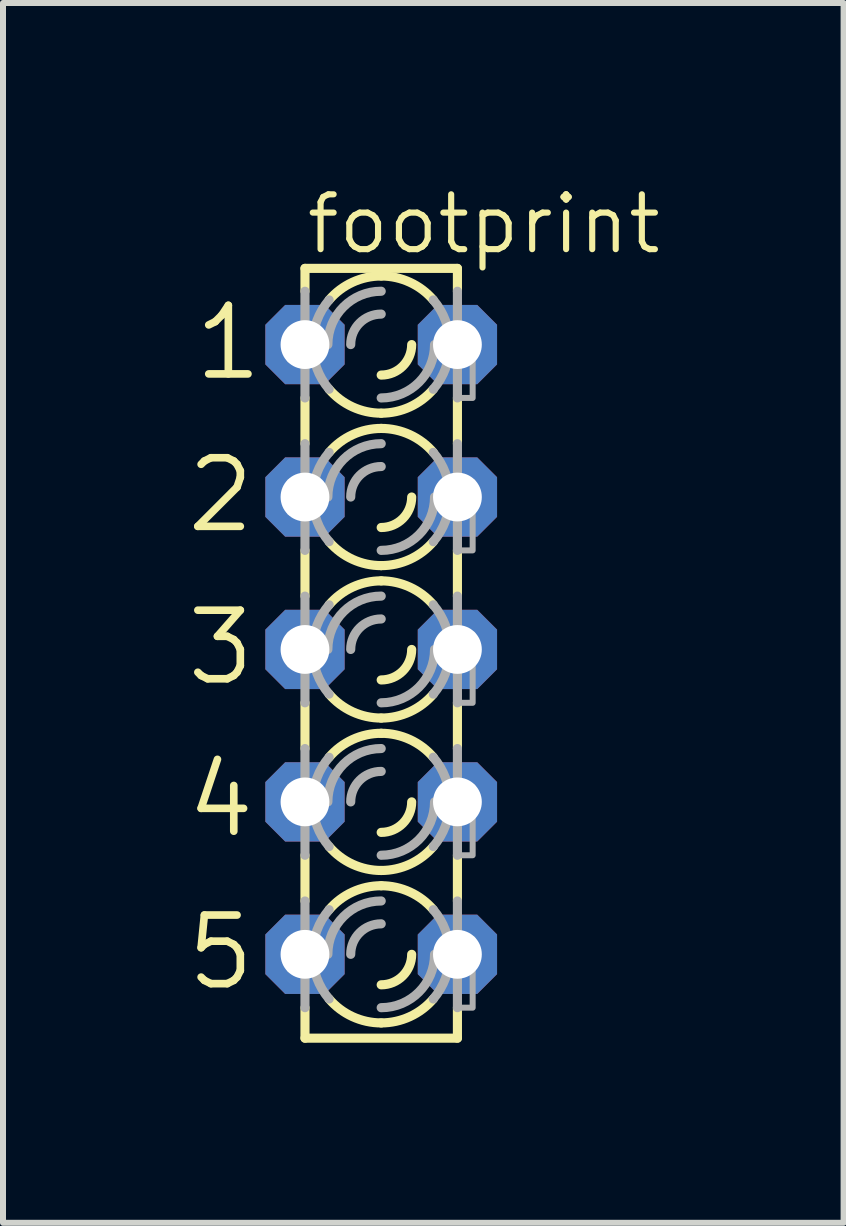
<source format=kicad_pcb>
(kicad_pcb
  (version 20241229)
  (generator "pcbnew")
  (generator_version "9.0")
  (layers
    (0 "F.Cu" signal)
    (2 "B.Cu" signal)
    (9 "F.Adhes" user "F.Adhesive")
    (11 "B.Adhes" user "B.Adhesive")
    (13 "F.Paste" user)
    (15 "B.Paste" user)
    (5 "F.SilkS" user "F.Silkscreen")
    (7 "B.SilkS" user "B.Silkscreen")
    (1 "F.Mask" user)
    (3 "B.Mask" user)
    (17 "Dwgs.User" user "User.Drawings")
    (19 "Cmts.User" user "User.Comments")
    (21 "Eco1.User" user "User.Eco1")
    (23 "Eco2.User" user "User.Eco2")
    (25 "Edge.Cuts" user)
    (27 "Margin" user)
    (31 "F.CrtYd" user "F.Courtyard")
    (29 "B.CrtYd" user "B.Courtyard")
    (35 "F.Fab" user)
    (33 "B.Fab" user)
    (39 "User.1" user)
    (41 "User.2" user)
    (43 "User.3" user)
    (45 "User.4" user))
  (footprint "footprint"
    (layer "F.Cu")
    (at 3.302 7.772)
    (property "Reference" "footprint" (at -1.295 -6.553 0) (layer "F.SilkS") (effects (font (size 0.914 0.914) (thickness 0.102)) (justify left bottom)))
    (fp_line (start -1.27 -6.35) (end -1.27 -5.969) (stroke (width 0.152) (type solid)) (layer "F.SilkS"))
    (fp_line (start -1.27 -4.191) (end -1.27 -3.429) (stroke (width 0.152) (type solid)) (layer "F.SilkS"))
    (fp_line (start -1.27 -1.651) (end -1.27 -0.889) (stroke (width 0.152) (type solid)) (layer "F.SilkS"))
    (fp_line (start -1.27 0.889) (end -1.27 1.651) (stroke (width 0.152) (type solid)) (layer "F.SilkS"))
    (fp_line (start -1.27 3.429) (end -1.27 4.191) (stroke (width 0.152) (type solid)) (layer "F.SilkS"))
    (fp_line (start -1.27 6.477) (end -1.27 5.969) (stroke (width 0.152) (type solid)) (layer "F.SilkS"))
    (fp_line (start -1.27 6.477) (end 1.27 6.477) (stroke (width 0.152) (type solid)) (layer "F.SilkS"))
    (fp_line (start 1.27 -6.35) (end -1.27 -6.35) (stroke (width 0.152) (type solid)) (layer "F.SilkS"))
    (fp_line (start 1.27 -6.35) (end 1.27 -5.969) (stroke (width 0.152) (type solid)) (layer "F.SilkS"))
    (fp_line (start 1.27 -4.191) (end 1.27 -3.429) (stroke (width 0.152) (type solid)) (layer "F.SilkS"))
    (fp_line (start 1.27 -1.651) (end 1.27 -0.889) (stroke (width 0.152) (type solid)) (layer "F.SilkS"))
    (fp_line (start 1.27 0.889) (end 1.27 1.651) (stroke (width 0.152) (type solid)) (layer "F.SilkS"))
    (fp_line (start 1.27 3.429) (end 1.27 4.191) (stroke (width 0.152) (type solid)) (layer "F.SilkS"))
    (fp_line (start 1.27 6.477) (end 1.27 5.969) (stroke (width 0.152) (type solid)) (layer "F.SilkS"))
    (fp_arc (start -0.8678 -5.8239) (mid -0.477588 -6.118445) (end 0 -6.223001) (stroke (width 0.1524) (type solid)) (layer "F.SilkS"))
    (fp_arc (start -0.8678 -3.2839) (mid -0.477588 -3.578445) (end 0 -3.683001) (stroke (width 0.1524) (type solid)) (layer "F.SilkS"))
    (fp_arc (start -0.8678 -0.7439) (mid -0.477588 -1.038445) (end 0 -1.143001) (stroke (width 0.1524) (type solid)) (layer "F.SilkS"))
    (fp_arc (start -0.8678 1.7961) (mid -0.477588 1.501555) (end -0.000001 1.396999) (stroke (width 0.1524) (type solid)) (layer "F.SilkS"))
    (fp_arc (start -0.8678 4.3361) (mid -0.477588 4.041555) (end -0.000001 3.936999) (stroke (width 0.1524) (type solid)) (layer "F.SilkS"))
    (fp_arc (start -0.000001 -3.936999) (mid -0.477588 -4.041555) (end -0.8678 -4.3361) (stroke (width 0.1524) (type solid)) (layer "F.SilkS"))
    (fp_arc (start -0.000001 -1.396999) (mid -0.477588 -1.501555) (end -0.8678 -1.7961) (stroke (width 0.1524) (type solid)) (layer "F.SilkS"))
    (fp_arc (start 0 -6.223) (mid 0.477588 -6.118444) (end 0.8678 -5.823899) (stroke (width 0.1524) (type solid)) (layer "F.SilkS"))
    (fp_arc (start 0 -3.683) (mid 0.477588 -3.578444) (end 0.8678 -3.283899) (stroke (width 0.1524) (type solid)) (layer "F.SilkS"))
    (fp_arc (start 0 -1.143) (mid 0.477588 -1.038444) (end 0.8678 -0.743899) (stroke (width 0.1524) (type solid)) (layer "F.SilkS"))
    (fp_arc (start 0 1.143001) (mid -0.477588 1.038445) (end -0.8678 0.7439) (stroke (width 0.1524) (type solid)) (layer "F.SilkS"))
    (fp_arc (start 0 1.397) (mid 0.477587 1.501556) (end 0.867799 1.7961) (stroke (width 0.1524) (type solid)) (layer "F.SilkS"))
    (fp_arc (start 0 3.683001) (mid -0.477588 3.578445) (end -0.8678 3.2839) (stroke (width 0.1524) (type solid)) (layer "F.SilkS"))
    (fp_arc (start 0 3.937) (mid 0.477587 4.041556) (end 0.867799 4.3361) (stroke (width 0.1524) (type solid)) (layer "F.SilkS"))
    (fp_arc (start 0 6.223001) (mid -0.477588 6.118445) (end -0.8678 5.8239) (stroke (width 0.1524) (type solid)) (layer "F.SilkS"))
    (fp_arc (start 0.508 -5.08) (mid 0.35921 -4.72079) (end 0 -4.572) (stroke (width 0.1524) (type solid)) (layer "F.SilkS"))
    (fp_arc (start 0.508 -2.54) (mid 0.35921 -2.18079) (end 0 -2.032) (stroke (width 0.1524) (type solid)) (layer "F.SilkS"))
    (fp_arc (start 0.508 0) (mid 0.35921 0.35921) (end 0 0.508) (stroke (width 0.1524) (type solid)) (layer "F.SilkS"))
    (fp_arc (start 0.508 2.54) (mid 0.35921 2.89921) (end 0 3.048) (stroke (width 0.1524) (type solid)) (layer "F.SilkS"))
    (fp_arc (start 0.508 5.08) (mid 0.35921 5.43921) (end 0 5.588) (stroke (width 0.1524) (type solid)) (layer "F.SilkS"))
    (fp_arc (start 0.867799 -4.3361) (mid 0.477587 -4.041556) (end 0 -3.937) (stroke (width 0.1524) (type solid)) (layer "F.SilkS"))
    (fp_arc (start 0.867799 -1.7961) (mid 0.477587 -1.501556) (end 0 -1.397) (stroke (width 0.1524) (type solid)) (layer "F.SilkS"))
    (fp_arc (start 0.8678 0.743899) (mid 0.477588 1.038444) (end 0 1.143) (stroke (width 0.1524) (type solid)) (layer "F.SilkS"))
    (fp_arc (start 0.8678 3.283899) (mid 0.477588 3.578444) (end 0 3.683) (stroke (width 0.1524) (type solid)) (layer "F.SilkS"))
    (fp_arc (start 0.8678 5.823899) (mid 0.477588 6.118444) (end 0 6.223) (stroke (width 0.1524) (type solid)) (layer "F.SilkS"))
    (fp_line (start -1.27 -4.191) (end -1.27 -5.969) (stroke (width 0.152) (type solid)) (layer "F.Fab"))
    (fp_line (start -1.27 -1.651) (end -1.27 -3.429) (stroke (width 0.152) (type solid)) (layer "F.Fab"))
    (fp_line (start -1.27 0.889) (end -1.27 -0.889) (stroke (width 0.152) (type solid)) (layer "F.Fab"))
    (fp_line (start -1.27 3.429) (end -1.27 1.651) (stroke (width 0.152) (type solid)) (layer "F.Fab"))
    (fp_line (start -1.27 5.969) (end -1.27 4.191) (stroke (width 0.152) (type solid)) (layer "F.Fab"))
    (fp_line (start 1.27 -4.191) (end 1.27 -5.969) (stroke (width 0.152) (type solid)) (layer "F.Fab"))
    (fp_line (start 1.27 -1.651) (end 1.27 -3.429) (stroke (width 0.152) (type solid)) (layer "F.Fab"))
    (fp_line (start 1.27 0.889) (end 1.27 -0.889) (stroke (width 0.152) (type solid)) (layer "F.Fab"))
    (fp_line (start 1.27 3.429) (end 1.27 1.651) (stroke (width 0.152) (type solid)) (layer "F.Fab"))
    (fp_line (start 1.27 5.969) (end 1.27 4.191) (stroke (width 0.152) (type solid)) (layer "F.Fab"))
    (fp_arc (start -1.143 -5.08) (mid -1.071949 -5.476597) (end -0.8677 -5.8239) (stroke (width 0.1524) (type solid)) (layer "F.Fab"))
    (fp_arc (start -1.143 -2.54) (mid -1.071949 -2.936597) (end -0.8677 -3.2839) (stroke (width 0.1524) (type solid)) (layer "F.Fab"))
    (fp_arc (start -1.143 0) (mid -1.071996 -0.396587) (end -0.8678 -0.7439) (stroke (width 0.1524) (type solid)) (layer "F.Fab"))
    (fp_arc (start -1.143 2.54) (mid -1.071997 2.143413) (end -0.867801 1.7961) (stroke (width 0.1524) (type solid)) (layer "F.Fab"))
    (fp_arc (start -1.143 5.08) (mid -1.071997 4.683413) (end -0.867801 4.3361) (stroke (width 0.1524) (type solid)) (layer "F.Fab"))
    (fp_arc (start -0.889 -5.08) (mid -0.628618 -5.708618) (end 0 -5.969) (stroke (width 0.1524) (type solid)) (layer "F.Fab"))
    (fp_arc (start -0.889 -2.54) (mid -0.628618 -3.168618) (end 0 -3.429) (stroke (width 0.1524) (type solid)) (layer "F.Fab"))
    (fp_arc (start -0.889 0) (mid -0.628618 -0.628618) (end 0 -0.889) (stroke (width 0.1524) (type solid)) (layer "F.Fab"))
    (fp_arc (start -0.889 2.54) (mid -0.628618 1.911382) (end 0 1.651) (stroke (width 0.1524) (type solid)) (layer "F.Fab"))
    (fp_arc (start -0.889 5.08) (mid -0.628618 4.451382) (end 0 4.191) (stroke (width 0.1524) (type solid)) (layer "F.Fab"))
    (fp_arc (start -0.867801 -4.3361) (mid -1.071997 -4.683413) (end -1.143 -5.08) (stroke (width 0.1524) (type solid)) (layer "F.Fab"))
    (fp_arc (start -0.867801 -1.7961) (mid -1.071997 -2.143413) (end -1.143 -2.54) (stroke (width 0.1524) (type solid)) (layer "F.Fab"))
    (fp_arc (start -0.8678 0.7439) (mid -1.071996 0.396587) (end -1.143 0) (stroke (width 0.1524) (type solid)) (layer "F.Fab"))
    (fp_arc (start -0.8677 3.2839) (mid -1.071949 2.936597) (end -1.143 2.54) (stroke (width 0.1524) (type solid)) (layer "F.Fab"))
    (fp_arc (start -0.8677 5.8239) (mid -1.071949 5.476597) (end -1.143 5.08) (stroke (width 0.1524) (type solid)) (layer "F.Fab"))
    (fp_arc (start -0.508 -5.08) (mid -0.35921 -5.43921) (end 0 -5.588) (stroke (width 0.1524) (type solid)) (layer "F.Fab"))
    (fp_arc (start -0.508 -2.54) (mid -0.35921 -2.89921) (end 0 -3.048) (stroke (width 0.1524) (type solid)) (layer "F.Fab"))
    (fp_arc (start -0.508 0) (mid -0.35921 -0.35921) (end 0 -0.508) (stroke (width 0.1524) (type solid)) (layer "F.Fab"))
    (fp_arc (start -0.508 2.54) (mid -0.35921 2.18079) (end 0 2.032) (stroke (width 0.1524) (type solid)) (layer "F.Fab"))
    (fp_arc (start -0.508 5.08) (mid -0.35921 4.72079) (end 0 4.572) (stroke (width 0.1524) (type solid)) (layer "F.Fab"))
    (fp_arc (start 0.8678 -5.8239) (mid 1.072043 -5.476595) (end 1.1431 -5.08) (stroke (width 0.1524) (type solid)) (layer "F.Fab"))
    (fp_arc (start 0.8678 -3.2839) (mid 1.072043 -2.936595) (end 1.1431 -2.54) (stroke (width 0.1524) (type solid)) (layer "F.Fab"))
    (fp_arc (start 0.8678 -0.7439) (mid 1.071996 -0.396587) (end 1.143 0) (stroke (width 0.1524) (type solid)) (layer "F.Fab"))
    (fp_arc (start 0.8678 1.7961) (mid 1.071949 2.143421) (end 1.1429 2.54) (stroke (width 0.1524) (type solid)) (layer "F.Fab"))
    (fp_arc (start 0.8678 4.3361) (mid 1.071949 4.683421) (end 1.1429 5.08) (stroke (width 0.1524) (type solid)) (layer "F.Fab"))
    (fp_arc (start 0.889 -5.08) (mid 0.628618 -4.451382) (end 0 -4.191) (stroke (width 0.1524) (type solid)) (layer "F.Fab"))
    (fp_arc (start 0.889 -2.54) (mid 0.628618 -1.911382) (end 0 -1.651) (stroke (width 0.1524) (type solid)) (layer "F.Fab"))
    (fp_arc (start 0.889 0) (mid 0.628618 0.628618) (end 0 0.889) (stroke (width 0.1524) (type solid)) (layer "F.Fab"))
    (fp_arc (start 0.889 2.54) (mid 0.628618 3.168618) (end 0 3.429) (stroke (width 0.1524) (type solid)) (layer "F.Fab"))
    (fp_arc (start 0.889 5.08) (mid 0.628618 5.708618) (end 0 5.969) (stroke (width 0.1524) (type solid)) (layer "F.Fab"))
    (fp_arc (start 1.1429 -5.08) (mid 1.071949 -4.683421) (end 0.8678 -4.3361) (stroke (width 0.1524) (type solid)) (layer "F.Fab"))
    (fp_arc (start 1.1429 -2.54) (mid 1.071949 -2.143421) (end 0.8678 -1.7961) (stroke (width 0.1524) (type solid)) (layer "F.Fab"))
    (fp_arc (start 1.143 0) (mid 1.071996 0.396587) (end 0.8678 0.7439) (stroke (width 0.1524) (type solid)) (layer "F.Fab"))
    (fp_arc (start 1.1431 2.54) (mid 1.072043 2.936594) (end 0.8678 3.2839) (stroke (width 0.1524) (type solid)) (layer "F.Fab"))
    (fp_arc (start 1.1431 5.08) (mid 1.072043 5.476594) (end 0.8678 5.8239) (stroke (width 0.1524) (type solid)) (layer "F.Fab"))
    (fp_poly (pts (xy -1.524 -4.826) (xy -1.27 -4.826) (xy -1.27 -5.334) (xy -1.524 -5.334)) (stroke (width 0.1) (type solid)) (fill no) (layer "F.Fab"))
    (fp_poly (pts (xy -1.524 -2.286) (xy -1.27 -2.286) (xy -1.27 -2.794) (xy -1.524 -2.794)) (stroke (width 0.1) (type solid)) (fill no) (layer "F.Fab"))
    (fp_poly (pts (xy -1.524 0.254) (xy -1.27 0.254) (xy -1.27 -0.254) (xy -1.524 -0.254)) (stroke (width 0.1) (type solid)) (fill no) (layer "F.Fab"))
    (fp_poly (pts (xy -1.524 2.794) (xy -1.27 2.794) (xy -1.27 2.286) (xy -1.524 2.286)) (stroke (width 0.1) (type solid)) (fill no) (layer "F.Fab"))
    (fp_poly (pts (xy -1.524 5.334) (xy -1.27 5.334) (xy -1.27 4.826) (xy -1.524 4.826)) (stroke (width 0.1) (type solid)) (fill no) (layer "F.Fab"))
    (fp_poly (pts (xy 1.27 -4.191) (xy 1.524 -4.191) (xy 1.524 -5.334) (xy 1.27 -5.334)) (stroke (width 0.1) (type solid)) (fill no) (layer "F.Fab"))
    (fp_poly (pts (xy 1.27 -1.651) (xy 1.524 -1.651) (xy 1.524 -2.794) (xy 1.27 -2.794)) (stroke (width 0.1) (type solid)) (fill no) (layer "F.Fab"))
    (fp_poly (pts (xy 1.27 0.889) (xy 1.524 0.889) (xy 1.524 -0.254) (xy 1.27 -0.254)) (stroke (width 0.1) (type solid)) (fill no) (layer "F.Fab"))
    (fp_poly (pts (xy 1.27 3.429) (xy 1.524 3.429) (xy 1.524 2.286) (xy 1.27 2.286)) (stroke (width 0.1) (type solid)) (fill no) (layer "F.Fab"))
    (fp_poly (pts (xy 1.27 5.969) (xy 1.524 5.969) (xy 1.524 4.826) (xy 1.27 4.826)) (stroke (width 0.1) (type solid)) (fill no) (layer "F.Fab"))
    (fp_text user "5" (at -3.302 5.715 0) (layer "F.SilkS") (effects (font (size 1.143 1.143) (thickness 0.127)) (justify left bottom)))
    (fp_text user "3" (at -3.302 0.635 0) (layer "F.SilkS") (effects (font (size 1.143 1.143) (thickness 0.127)) (justify left bottom)))
    (fp_text user "4" (at -3.302 3.175 0) (layer "F.SilkS") (effects (font (size 1.143 1.143) (thickness 0.127)) (justify left bottom)))
    (fp_text user "2" (at -3.302 -1.905 0) (layer "F.SilkS") (effects (font (size 1.143 1.143) (thickness 0.127)) (justify left bottom)))
    (fp_text user "1" (at -3.175 -4.445 0) (layer "F.SilkS") (effects (font (size 1.143 1.143) (thickness 0.127)) (justify left bottom)))
    (pad "A1" thru_hole roundrect (at -1.27 -5.08) (size 1.321 1.321) (drill 0.813) (layers "*.Cu" "*.Mask") (roundrect_rratio 0.25) (chamfer_ratio 0.25) (chamfer top_left top_right bottom_left bottom_right))
    (pad "A2" thru_hole roundrect (at -1.27 -2.54) (size 1.321 1.321) (drill 0.813) (layers "*.Cu" "*.Mask") (roundrect_rratio 0.25) (chamfer_ratio 0.25) (chamfer top_left top_right bottom_left bottom_right))
    (pad "A3" thru_hole roundrect (at -1.27 0) (size 1.321 1.321) (drill 0.813) (layers "*.Cu" "*.Mask") (roundrect_rratio 0.25) (chamfer_ratio 0.25) (chamfer top_left top_right bottom_left bottom_right))
    (pad "A4" thru_hole roundrect (at -1.27 2.54) (size 1.321 1.321) (drill 0.813) (layers "*.Cu" "*.Mask") (roundrect_rratio 0.25) (chamfer_ratio 0.25) (chamfer top_left top_right bottom_left bottom_right))
    (pad "A5" thru_hole roundrect (at -1.27 5.08) (size 1.321 1.321) (drill 0.813) (layers "*.Cu" "*.Mask") (roundrect_rratio 0.25) (chamfer_ratio 0.25) (chamfer top_left top_right bottom_left bottom_right))
    (pad "K1" thru_hole roundrect (at 1.27 -5.08) (size 1.321 1.321) (drill 0.813) (layers "*.Cu" "*.Mask") (roundrect_rratio 0.25) (chamfer_ratio 0.25) (chamfer top_left top_right bottom_left bottom_right))
    (pad "K2" thru_hole roundrect (at 1.27 -2.54) (size 1.321 1.321) (drill 0.813) (layers "*.Cu" "*.Mask") (roundrect_rratio 0.25) (chamfer_ratio 0.25) (chamfer top_left top_right bottom_left bottom_right))
    (pad "K3" thru_hole roundrect (at 1.27 0) (size 1.321 1.321) (drill 0.813) (layers "*.Cu" "*.Mask") (roundrect_rratio 0.25) (chamfer_ratio 0.25) (chamfer top_left top_right bottom_left bottom_right))
    (pad "K4" thru_hole roundrect (at 1.27 2.54) (size 1.321 1.321) (drill 0.813) (layers "*.Cu" "*.Mask") (roundrect_rratio 0.25) (chamfer_ratio 0.25) (chamfer top_left top_right bottom_left bottom_right))
    (pad "K5" thru_hole roundrect (at 1.27 5.08) (size 1.321 1.321) (drill 0.813) (layers "*.Cu" "*.Mask") (roundrect_rratio 0.25) (chamfer_ratio 0.25) (chamfer top_left top_right bottom_left bottom_right)))
  (gr_rect
    (start -3 -3)
    (end 11.007 17.326)
    (stroke (width 0.1) (type default))
    (fill no)
    (layer "Edge.Cuts")))
</source>
